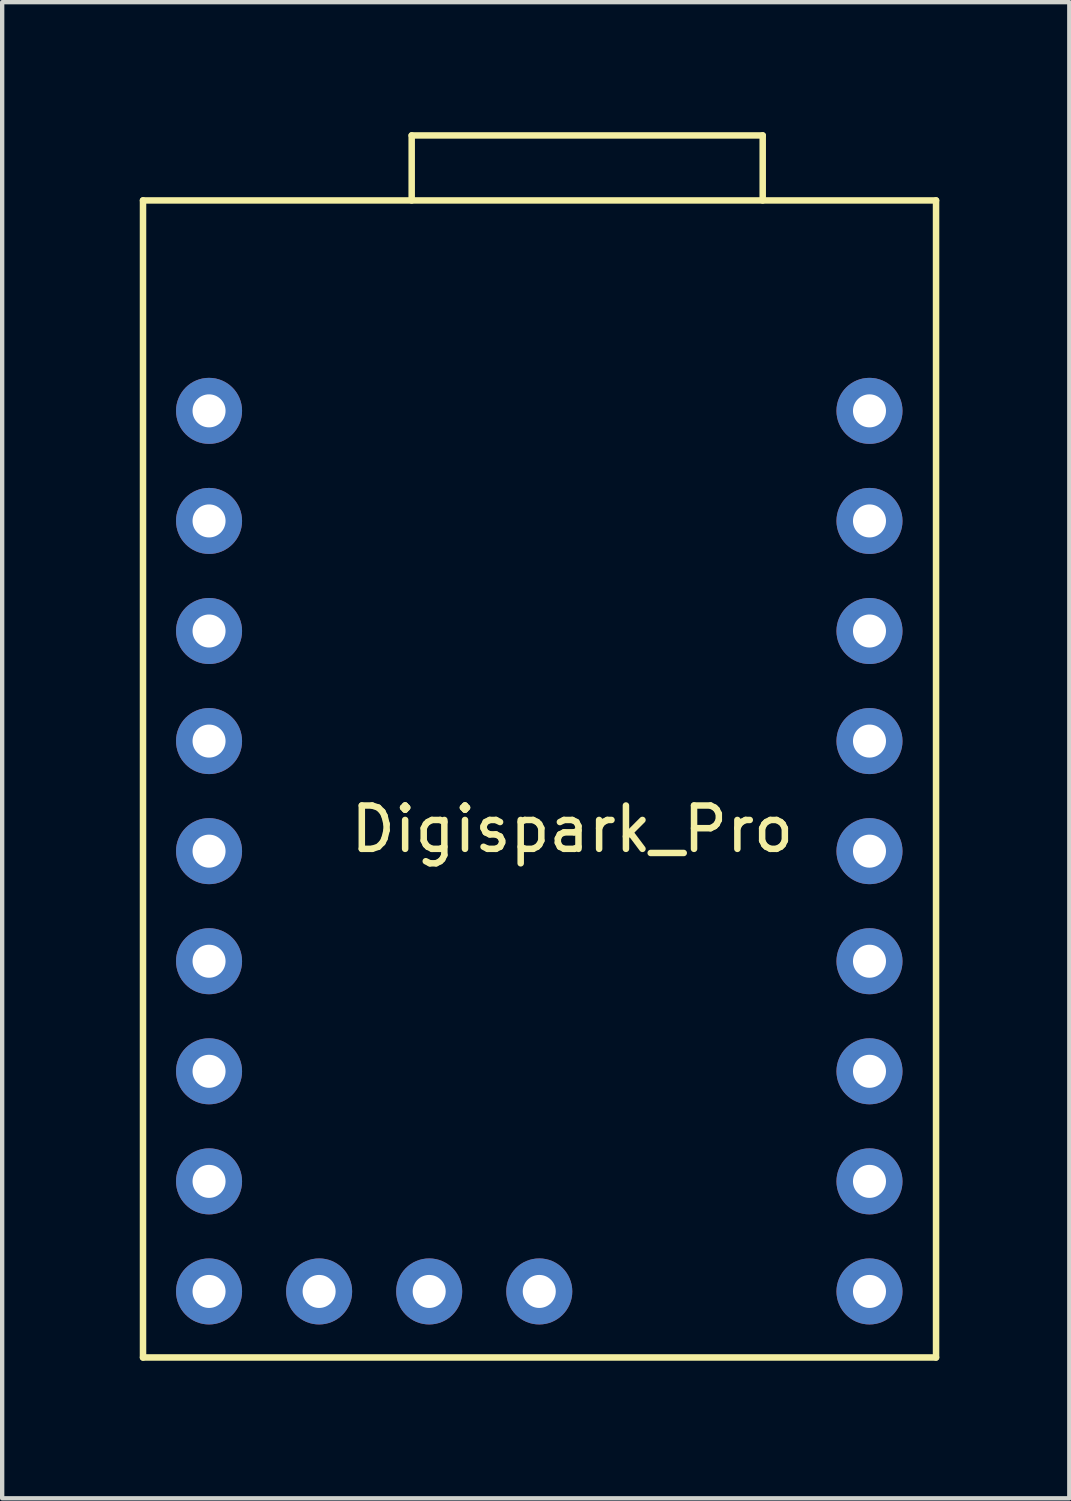
<source format=kicad_pcb>
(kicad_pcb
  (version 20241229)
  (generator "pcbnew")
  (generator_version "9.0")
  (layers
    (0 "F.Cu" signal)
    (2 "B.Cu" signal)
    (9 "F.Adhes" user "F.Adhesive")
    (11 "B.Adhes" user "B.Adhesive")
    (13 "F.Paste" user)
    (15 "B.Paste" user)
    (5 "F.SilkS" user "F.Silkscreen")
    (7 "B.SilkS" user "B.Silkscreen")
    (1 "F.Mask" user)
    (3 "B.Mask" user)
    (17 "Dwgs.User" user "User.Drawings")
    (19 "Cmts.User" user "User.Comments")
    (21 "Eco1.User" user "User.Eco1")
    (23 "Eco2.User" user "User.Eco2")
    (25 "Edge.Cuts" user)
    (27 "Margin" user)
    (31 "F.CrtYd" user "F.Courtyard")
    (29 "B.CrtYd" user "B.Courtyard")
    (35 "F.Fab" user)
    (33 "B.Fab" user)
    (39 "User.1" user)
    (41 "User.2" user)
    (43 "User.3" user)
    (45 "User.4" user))
  (footprint "Digispark_Pro"
    (layer "F.Cu")
    (at 0.25 28.275)
    (property "Reference" "Digispark_Pro" (at 9.906 -12.192 0) (layer "F.SilkS") (effects (font (size 1 1) (thickness 0.15))))
    (attr through_hole)
    (fp_line (start 0 -26.7) (end 0 0) (stroke (width 0.15) (type solid)) (layer "F.SilkS"))
    (fp_line (start 0 0) (end 18.3 0) (stroke (width 0.15) (type solid)) (layer "F.SilkS"))
    (fp_line (start 6.2 -26.7) (end 6.2 -28.2) (stroke (width 0.15) (type solid)) (layer "F.SilkS"))
    (fp_line (start 14.3 -28.2) (end 6.2 -28.2) (stroke (width 0.15) (type solid)) (layer "F.SilkS"))
    (fp_line (start 14.3 -26.7) (end 14.3 -28.2) (stroke (width 0.15) (type solid)) (layer "F.SilkS"))
    (fp_line (start 18.3 -26.7) (end 0 -26.7) (stroke (width 0.15) (type solid)) (layer "F.SilkS"))
    (fp_line (start 18.3 0) (end 18.3 -26.7) (stroke (width 0.15) (type solid)) (layer "F.SilkS"))
    (pad "0" thru_hole circle (at 16.764 -4.064) (size 1.524 1.524) (drill 0.762) (layers "*.Cu" "*.Mask"))
    (pad "1" thru_hole circle (at 16.764 -6.604) (size 1.524 1.524) (drill 0.762) (layers "*.Cu" "*.Mask"))
    (pad "2" thru_hole circle (at 16.764 -9.144) (size 1.524 1.524) (drill 0.762) (layers "*.Cu" "*.Mask"))
    (pad "3" thru_hole circle (at 16.764 -11.684) (size 1.524 1.524) (drill 0.762) (layers "*.Cu" "*.Mask"))
    (pad "4" thru_hole circle (at 16.764 -14.224) (size 1.524 1.524) (drill 0.762) (layers "*.Cu" "*.Mask"))
    (pad "5" thru_hole circle (at 16.764 -16.764) (size 1.524 1.524) (drill 0.762) (layers "*.Cu" "*.Mask"))
    (pad "6" thru_hole circle (at 1.524 -4.064) (size 1.524 1.524) (drill 0.762) (layers "*.Cu" "*.Mask"))
    (pad "7" thru_hole circle (at 1.524 -6.604) (size 1.524 1.524) (drill 0.762) (layers "*.Cu" "*.Mask"))
    (pad "8" thru_hole circle (at 1.524 -9.144) (size 1.524 1.524) (drill 0.762) (layers "*.Cu" "*.Mask"))
    (pad "9" thru_hole circle (at 1.524 -11.684) (size 1.524 1.524) (drill 0.762) (layers "*.Cu" "*.Mask"))
    (pad "10" thru_hole circle (at 1.524 -14.224) (size 1.524 1.524) (drill 0.762) (layers "*.Cu" "*.Mask"))
    (pad "11" thru_hole circle (at 1.524 -16.764) (size 1.524 1.524) (drill 0.762) (layers "*.Cu" "*.Mask"))
    (pad "12" thru_hole circle (at 1.524 -19.304) (size 1.524 1.524) (drill 0.762) (layers "*.Cu" "*.Mask"))
    (pad "13" thru_hole circle (at 1.524 -21.844) (size 1.524 1.524) (drill 0.762) (layers "*.Cu" "*.Mask"))
    (pad "14" thru_hole circle (at 6.604 -1.524) (size 1.524 1.524) (drill 0.762) (layers "*.Cu" "*.Mask"))
    (pad "14" thru_hole circle (at 16.764 -19.304) (size 1.524 1.524) (drill 0.762) (layers "*.Cu" "*.Mask"))
    (pad "15" thru_hole circle (at 9.144 -1.524) (size 1.524 1.524) (drill 0.762) (layers "*.Cu" "*.Mask"))
    (pad "15" thru_hole circle (at 16.764 -21.844) (size 1.524 1.524) (drill 0.762) (layers "*.Cu" "*.Mask"))
    (pad "16" thru_hole circle (at 1.524 -1.524) (size 1.524 1.524) (drill 0.762) (layers "*.Cu" "*.Mask"))
    (pad "16" thru_hole circle (at 4.064 -1.524) (size 1.524 1.524) (drill 0.762) (layers "*.Cu" "*.Mask"))
    (pad "16" thru_hole circle (at 16.764 -1.524) (size 1.524 1.524) (drill 0.762) (layers "*.Cu" "*.Mask")))
  (gr_rect
    (start -3 -3)
    (end 21.625 31.525)
    (stroke (width 0.1) (type default))
    (fill no)
    (layer "Edge.Cuts")))
</source>
